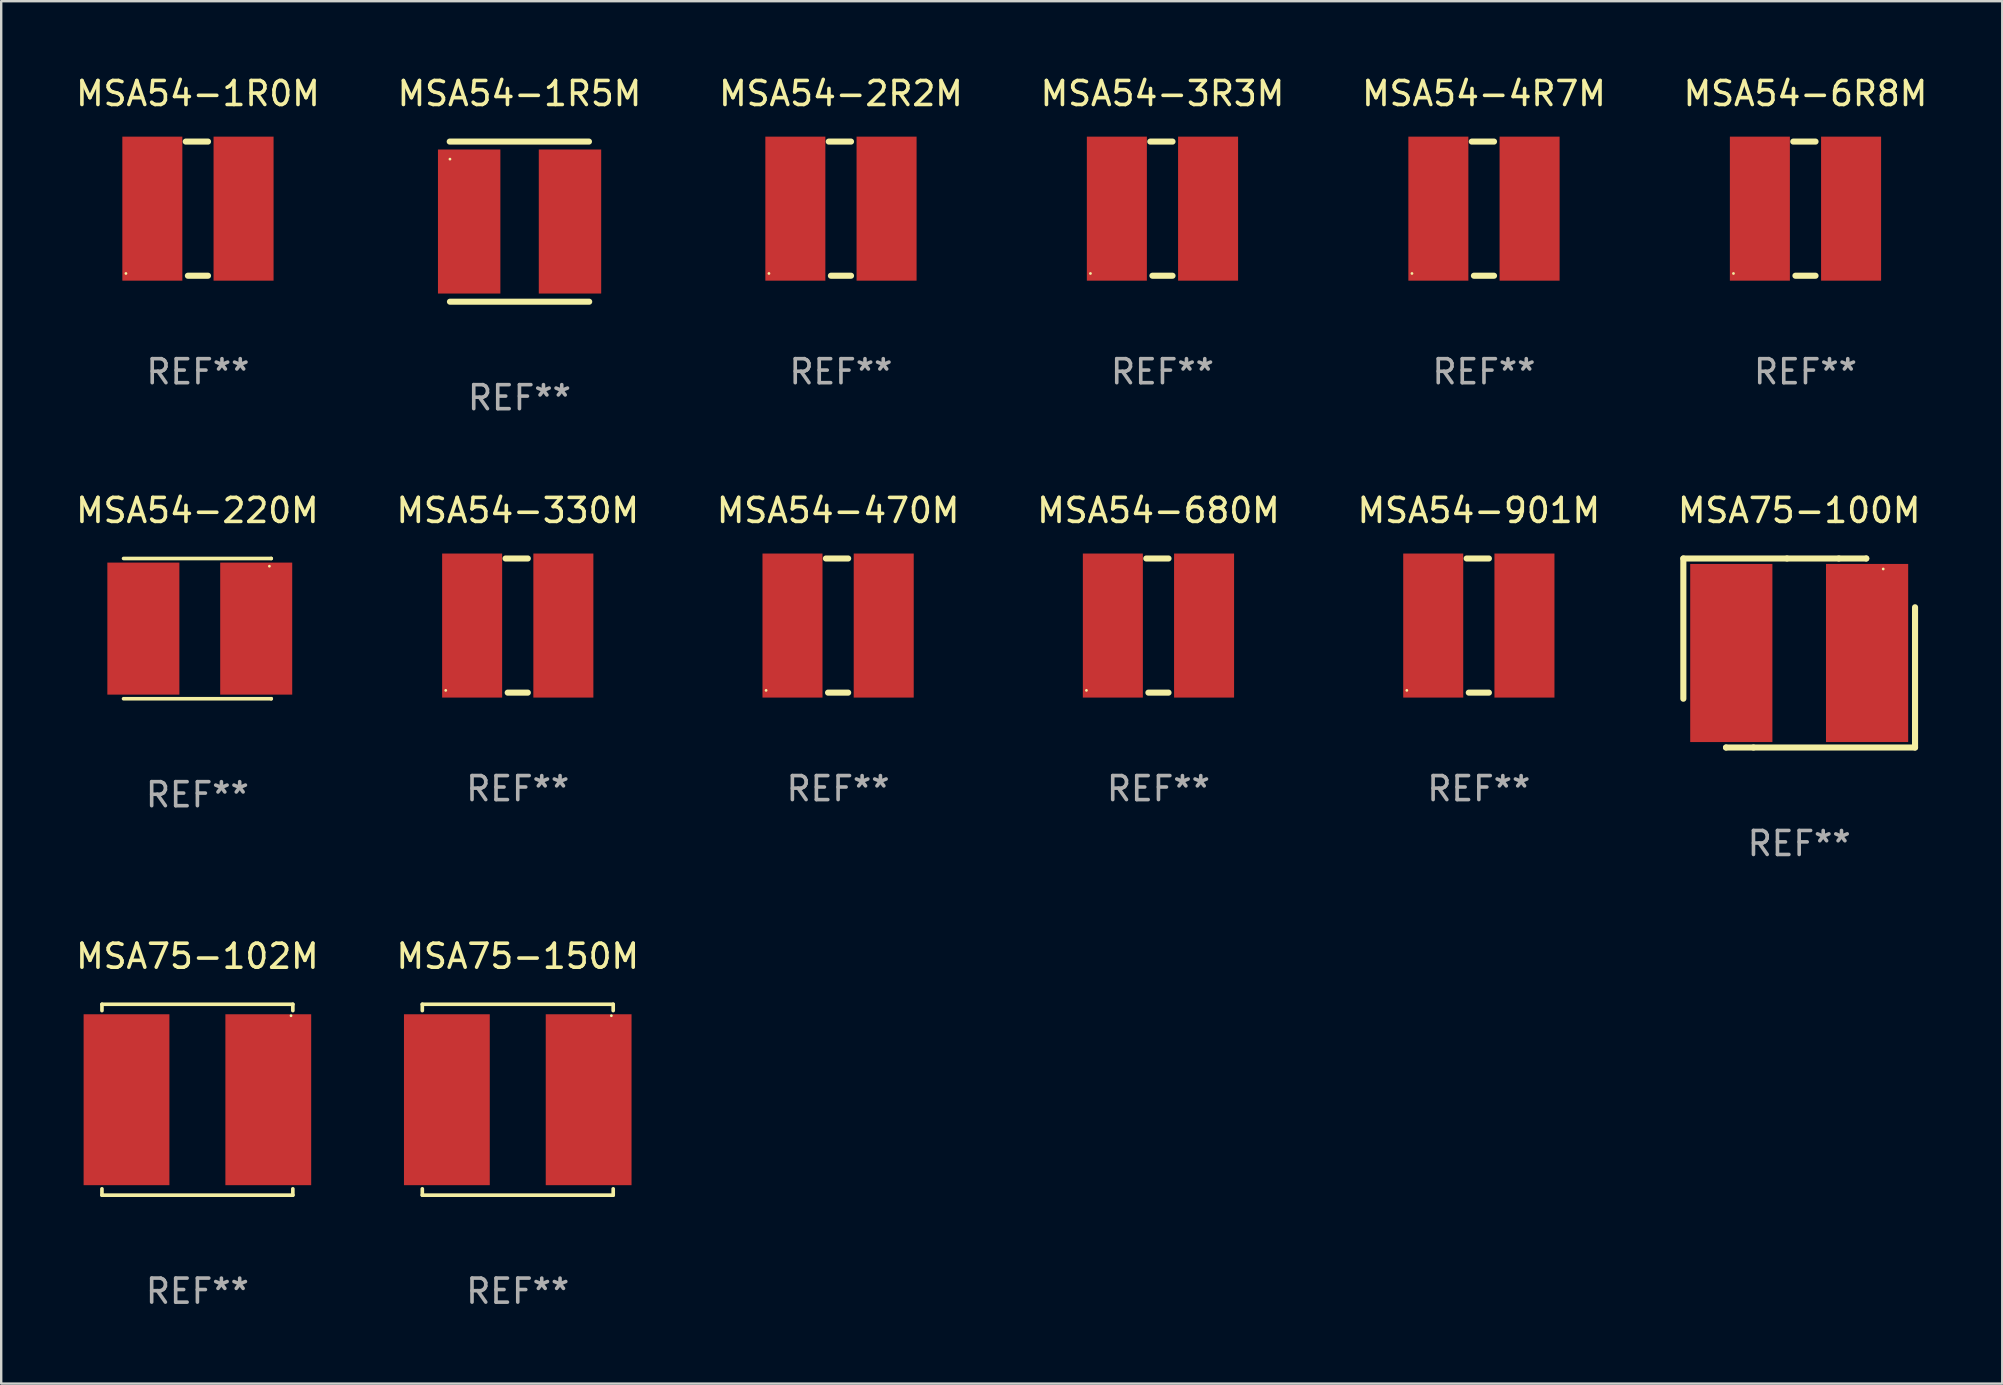
<source format=kicad_pcb>
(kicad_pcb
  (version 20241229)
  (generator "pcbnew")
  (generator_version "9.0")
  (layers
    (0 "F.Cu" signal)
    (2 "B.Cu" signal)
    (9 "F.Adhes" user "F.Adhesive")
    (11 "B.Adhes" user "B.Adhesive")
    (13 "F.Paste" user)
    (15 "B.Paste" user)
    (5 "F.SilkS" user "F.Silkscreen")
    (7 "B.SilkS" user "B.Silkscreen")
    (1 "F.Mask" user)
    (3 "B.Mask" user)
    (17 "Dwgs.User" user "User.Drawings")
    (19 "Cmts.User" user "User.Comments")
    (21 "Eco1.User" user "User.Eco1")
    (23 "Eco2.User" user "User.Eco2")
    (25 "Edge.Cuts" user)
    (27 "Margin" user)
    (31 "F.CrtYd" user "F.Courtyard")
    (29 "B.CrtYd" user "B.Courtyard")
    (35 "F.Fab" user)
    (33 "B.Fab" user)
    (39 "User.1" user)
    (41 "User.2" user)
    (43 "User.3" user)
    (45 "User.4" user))
  (footprint "MSA54-3R3M"
    (layer "F.Cu")
    (at 45.375 5.642)
    (property "Reference" "MSA54-3R3M" (at 0 -4.794 0) (layer "F.SilkS") (effects (font (size 1 1) (thickness 0.15))))
    (attr through_hole)
    (fp_line (start -0.508 -2.794) (end 0.419 -2.794) (stroke (width 0.254) (type solid)) (layer "F.SilkS"))
    (fp_line (start -0.419 2.794) (end 0.419 2.794) (stroke (width 0.254) (type solid)) (layer "F.SilkS"))
    (fp_circle (center -3 2.7) (end -2.97 2.7) (stroke (width 0.06) (type solid)) (fill no) (layer "F.SilkS"))
    (fp_text user "REF**" (at 0 6.794 0) (layer "F.Fab") (effects (font (size 1 1) (thickness 0.15))))
    (pad "1" smd rect (at -1.9 0) (size 2.5 6) (layers "F.Cu" "F.Mask" "F.Paste"))
    (pad "2" smd rect (at 1.9 0) (size 2.5 6) (layers "F.Cu" "F.Mask" "F.Paste")))
  (footprint "MSA54-1R5M"
    (layer "F.Cu")
    (at 18.589 6.183)
    (property "Reference" "MSA54-1R5M" (at 0 -5.335 0) (layer "F.SilkS") (effects (font (size 1 1) (thickness 0.15))))
    (attr through_hole)
    (fp_line (start -2.905 -3.335) (end 2.895 -3.335) (stroke (width 0.254) (type solid)) (layer "F.SilkS"))
    (fp_line (start 2.905 3.335) (end -2.895 3.335) (stroke (width 0.254) (type solid)) (layer "F.SilkS"))
    (fp_circle (center -2.895 -2.605) (end -2.865 -2.605) (stroke (width 0.06) (type solid)) (fill no) (layer "F.SilkS"))
    (fp_text user "REF**" (at 0 7.335 0) (layer "F.Fab") (effects (font (size 1 1) (thickness 0.15))))
    (pad "1" smd rect (at -2.095 -0.005 90) (size 6 2.6) (layers "F.Cu" "F.Mask" "F.Paste"))
    (pad "2" smd rect (at 2.105 -0.005 90) (size 6 2.6) (layers "F.Cu" "F.Mask" "F.Paste")))
  (footprint "MSA75-150M"
    (layer "F.Cu")
    (at 18.518 42.761)
    (property "Reference" "MSA75-150M" (at 0 -5.976 0) (layer "F.SilkS") (effects (font (size 1 1) (thickness 0.15))))
    (attr through_hole)
    (fp_line (start -3.976 -3.976) (end 3.976 -3.976) (stroke (width 0.152) (type solid)) (layer "F.SilkS"))
    (fp_line (start -3.976 -3.712) (end -3.976 -3.976) (stroke (width 0.152) (type solid)) (layer "F.SilkS"))
    (fp_line (start -3.976 3.712) (end -3.976 3.976) (stroke (width 0.152) (type solid)) (layer "F.SilkS"))
    (fp_line (start -3.976 3.976) (end 3.976 3.976) (stroke (width 0.152) (type solid)) (layer "F.SilkS"))
    (fp_line (start 3.976 -3.976) (end 3.976 -3.712) (stroke (width 0.152) (type solid)) (layer "F.SilkS"))
    (fp_line (start 3.976 3.976) (end 3.976 3.712) (stroke (width 0.152) (type solid)) (layer "F.SilkS"))
    (fp_circle (center 3.9 -3.5) (end 3.93 -3.5) (stroke (width 0.06) (type solid)) (fill no) (layer "F.SilkS"))
    (fp_text user "REF**" (at 0 7.976 0) (layer "F.Fab") (effects (font (size 1 1) (thickness 0.15))))
    (pad "1" smd rect (at 2.953 0) (size 3.574 7.12) (layers "F.Cu" "F.Mask" "F.Paste"))
    (pad "2" smd rect (at -2.953 0) (size 3.574 7.12) (layers "F.Cu" "F.Mask" "F.Paste")))
  (footprint "MSA75-102M"
    (layer "F.Cu")
    (at 5.173 42.761)
    (property "Reference" "MSA75-102M" (at 0 -5.976 0) (layer "F.SilkS") (effects (font (size 1 1) (thickness 0.15))))
    (attr through_hole)
    (fp_line (start -3.976 -3.976) (end 3.976 -3.976) (stroke (width 0.152) (type solid)) (layer "F.SilkS"))
    (fp_line (start -3.976 -3.712) (end -3.976 -3.976) (stroke (width 0.152) (type solid)) (layer "F.SilkS"))
    (fp_line (start -3.976 3.712) (end -3.976 3.976) (stroke (width 0.152) (type solid)) (layer "F.SilkS"))
    (fp_line (start -3.976 3.976) (end 3.976 3.976) (stroke (width 0.152) (type solid)) (layer "F.SilkS"))
    (fp_line (start 3.976 -3.976) (end 3.976 -3.712) (stroke (width 0.152) (type solid)) (layer "F.SilkS"))
    (fp_line (start 3.976 3.976) (end 3.976 3.712) (stroke (width 0.152) (type solid)) (layer "F.SilkS"))
    (fp_circle (center 3.9 -3.5) (end 3.93 -3.5) (stroke (width 0.06) (type solid)) (fill no) (layer "F.SilkS"))
    (fp_text user "REF**" (at 0 7.976 0) (layer "F.Fab") (effects (font (size 1 1) (thickness 0.15))))
    (pad "1" smd rect (at 2.953 0) (size 3.574 7.12) (layers "F.Cu" "F.Mask" "F.Paste"))
    (pad "2" smd rect (at -2.953 0) (size 3.574 7.12) (layers "F.Cu" "F.Mask" "F.Paste")))
  (footprint "MSA54-6R8M"
    (layer "F.Cu")
    (at 72.161 5.642)
    (property "Reference" "MSA54-6R8M" (at 0 -4.794 0) (layer "F.SilkS") (effects (font (size 1 1) (thickness 0.15))))
    (attr through_hole)
    (fp_line (start -0.508 -2.794) (end 0.419 -2.794) (stroke (width 0.254) (type solid)) (layer "F.SilkS"))
    (fp_line (start -0.419 2.794) (end 0.419 2.794) (stroke (width 0.254) (type solid)) (layer "F.SilkS"))
    (fp_circle (center -3 2.7) (end -2.97 2.7) (stroke (width 0.06) (type solid)) (fill no) (layer "F.SilkS"))
    (fp_text user "REF**" (at 0 6.794 0) (layer "F.Fab") (effects (font (size 1 1) (thickness 0.15))))
    (pad "1" smd rect (at -1.9 0) (size 2.5 6) (layers "F.Cu" "F.Mask" "F.Paste"))
    (pad "2" smd rect (at 1.9 0) (size 2.5 6) (layers "F.Cu" "F.Mask" "F.Paste")))
  (footprint "MSA54-1R0M"
    (layer "F.Cu")
    (at 5.196 5.642)
    (property "Reference" "MSA54-1R0M" (at 0 -4.794 0) (layer "F.SilkS") (effects (font (size 1 1) (thickness 0.15))))
    (attr through_hole)
    (fp_line (start -0.508 -2.794) (end 0.419 -2.794) (stroke (width 0.254) (type solid)) (layer "F.SilkS"))
    (fp_line (start -0.419 2.794) (end 0.419 2.794) (stroke (width 0.254) (type solid)) (layer "F.SilkS"))
    (fp_circle (center -3 2.7) (end -2.97 2.7) (stroke (width 0.06) (type solid)) (fill no) (layer "F.SilkS"))
    (fp_text user "REF**" (at 0 6.794 0) (layer "F.Fab") (effects (font (size 1 1) (thickness 0.15))))
    (pad "1" smd rect (at -1.9 0) (size 2.5 6) (layers "F.Cu" "F.Mask" "F.Paste"))
    (pad "2" smd rect (at 1.9 0) (size 2.5 6) (layers "F.Cu" "F.Mask" "F.Paste")))
  (footprint "MSA54-680M"
    (layer "F.Cu")
    (at 45.208 23.009)
    (property "Reference" "MSA54-680M" (at 0 -4.794 0) (layer "F.SilkS") (effects (font (size 1 1) (thickness 0.15))))
    (attr through_hole)
    (fp_line (start -0.508 -2.794) (end 0.419 -2.794) (stroke (width 0.254) (type solid)) (layer "F.SilkS"))
    (fp_line (start -0.419 2.794) (end 0.419 2.794) (stroke (width 0.254) (type solid)) (layer "F.SilkS"))
    (fp_circle (center -3 2.7) (end -2.97 2.7) (stroke (width 0.06) (type solid)) (fill no) (layer "F.SilkS"))
    (fp_text user "REF**" (at 0 6.794 0) (layer "F.Fab") (effects (font (size 1 1) (thickness 0.15))))
    (pad "1" smd rect (at -1.9 0) (size 2.5 6) (layers "F.Cu" "F.Mask" "F.Paste"))
    (pad "2" smd rect (at 1.9 0) (size 2.5 6) (layers "F.Cu" "F.Mask" "F.Paste")))
  (footprint "MSA54-470M"
    (layer "F.Cu")
    (at 31.863 23.009)
    (property "Reference" "MSA54-470M" (at 0 -4.794 0) (layer "F.SilkS") (effects (font (size 1 1) (thickness 0.15))))
    (attr through_hole)
    (fp_line (start -0.508 -2.794) (end 0.419 -2.794) (stroke (width 0.254) (type solid)) (layer "F.SilkS"))
    (fp_line (start -0.419 2.794) (end 0.419 2.794) (stroke (width 0.254) (type solid)) (layer "F.SilkS"))
    (fp_circle (center -3 2.7) (end -2.97 2.7) (stroke (width 0.06) (type solid)) (fill no) (layer "F.SilkS"))
    (fp_text user "REF**" (at 0 6.794 0) (layer "F.Fab") (effects (font (size 1 1) (thickness 0.15))))
    (pad "1" smd rect (at -1.9 0) (size 2.5 6) (layers "F.Cu" "F.Mask" "F.Paste"))
    (pad "2" smd rect (at 1.9 0) (size 2.5 6) (layers "F.Cu" "F.Mask" "F.Paste")))
  (footprint "MSA54-2R2M"
    (layer "F.Cu")
    (at 31.982 5.642)
    (property "Reference" "MSA54-2R2M" (at 0 -4.794 0) (layer "F.SilkS") (effects (font (size 1 1) (thickness 0.15))))
    (attr through_hole)
    (fp_line (start -0.508 -2.794) (end 0.419 -2.794) (stroke (width 0.254) (type solid)) (layer "F.SilkS"))
    (fp_line (start -0.419 2.794) (end 0.419 2.794) (stroke (width 0.254) (type solid)) (layer "F.SilkS"))
    (fp_circle (center -3 2.7) (end -2.97 2.7) (stroke (width 0.06) (type solid)) (fill no) (layer "F.SilkS"))
    (fp_text user "REF**" (at 0 6.794 0) (layer "F.Fab") (effects (font (size 1 1) (thickness 0.15))))
    (pad "1" smd rect (at -1.9 0) (size 2.5 6) (layers "F.Cu" "F.Mask" "F.Paste"))
    (pad "2" smd rect (at 1.9 0) (size 2.5 6) (layers "F.Cu" "F.Mask" "F.Paste")))
  (footprint "MSA54-220M"
    (layer "F.Cu")
    (at 5.173 23.136)
    (property "Reference" "MSA54-220M" (at 0 -4.921 0) (layer "F.SilkS") (effects (font (size 1 1) (thickness 0.15))))
    (attr through_hole)
    (fp_line (start -3.076 2.921) (end 3.076 2.921) (stroke (width 0.152) (type solid)) (layer "F.SilkS"))
    (fp_line (start -3.076 -2.921) (end 3.076 -2.921) (stroke (width 0.152) (type solid)) (layer "F.SilkS"))
    (fp_line (start 3.076 2.921) (end 3.076 2.921) (stroke (width 0.152) (type solid)) (layer "F.SilkS"))
    (fp_line (start 3.076 -2.921) (end 3.076 -2.921) (stroke (width 0.152) (type solid)) (layer "F.SilkS"))
    (fp_circle (center 2.999 -2.6) (end 3.029 -2.6) (stroke (width 0.06) (type solid)) (fill no) (layer "F.SilkS"))
    (fp_text user "REF**" (at 0 6.921 0) (layer "F.Fab") (effects (font (size 1 1) (thickness 0.15))))
    (pad "1" smd rect (at 2.45 -0.000013) (size 3 5.5) (layers "F.Cu" "F.Mask" "F.Paste"))
    (pad "2" smd rect (at -2.251 -0.000013) (size 3 5.5) (layers "F.Cu" "F.Mask" "F.Paste")))
  (footprint "MSA54-4R7M"
    (layer "F.Cu")
    (at 58.768 5.642)
    (property "Reference" "MSA54-4R7M" (at 0 -4.794 0) (layer "F.SilkS") (effects (font (size 1 1) (thickness 0.15))))
    (attr through_hole)
    (fp_line (start -0.508 -2.794) (end 0.419 -2.794) (stroke (width 0.254) (type solid)) (layer "F.SilkS"))
    (fp_line (start -0.419 2.794) (end 0.419 2.794) (stroke (width 0.254) (type solid)) (layer "F.SilkS"))
    (fp_circle (center -3 2.7) (end -2.97 2.7) (stroke (width 0.06) (type solid)) (fill no) (layer "F.SilkS"))
    (fp_text user "REF**" (at 0 6.794 0) (layer "F.Fab") (effects (font (size 1 1) (thickness 0.15))))
    (pad "1" smd rect (at -1.9 0) (size 2.5 6) (layers "F.Cu" "F.Mask" "F.Paste"))
    (pad "2" smd rect (at 1.9 0) (size 2.5 6) (layers "F.Cu" "F.Mask" "F.Paste")))
  (footprint "MSA54-901M"
    (layer "F.Cu")
    (at 58.554 23.009)
    (property "Reference" "MSA54-901M" (at 0 -4.794 0) (layer "F.SilkS") (effects (font (size 1 1) (thickness 0.15))))
    (attr through_hole)
    (fp_line (start -0.508 -2.794) (end 0.419 -2.794) (stroke (width 0.254) (type solid)) (layer "F.SilkS"))
    (fp_line (start -0.419 2.794) (end 0.419 2.794) (stroke (width 0.254) (type solid)) (layer "F.SilkS"))
    (fp_circle (center -3 2.7) (end -2.97 2.7) (stroke (width 0.06) (type solid)) (fill no) (layer "F.SilkS"))
    (fp_text user "REF**" (at 0 6.794 0) (layer "F.Fab") (effects (font (size 1 1) (thickness 0.15))))
    (pad "1" smd rect (at -1.9 0) (size 2.5 6) (layers "F.Cu" "F.Mask" "F.Paste"))
    (pad "2" smd rect (at 1.9 0) (size 2.5 6) (layers "F.Cu" "F.Mask" "F.Paste")))
  (footprint "MSA75-100M"
    (layer "F.Cu")
    (at 71.899 24.152)
    (property "Reference" "MSA75-100M" (at 0 -5.937 0) (layer "F.SilkS") (effects (font (size 1 1) (thickness 0.15))))
    (attr through_hole)
    (fp_line (start -4.826 -3.937) (end -0.508 -3.937) (stroke (width 0.254) (type solid)) (layer "F.SilkS"))
    (fp_line (start -4.826 1.905) (end -4.826 -3.937) (stroke (width 0.254) (type solid)) (layer "F.SilkS"))
    (fp_line (start -3.048 3.937) (end -3.048 3.937) (stroke (width 0.254) (type solid)) (layer "F.SilkS"))
    (fp_line (start -1.905 3.937) (end -3.048 3.937) (stroke (width 0.254) (type solid)) (layer "F.SilkS"))
    (fp_line (start -0.508 -3.937) (end 1.651 -3.937) (stroke (width 0.254) (type solid)) (layer "F.SilkS"))
    (fp_line (start 1.651 -3.937) (end 2.794 -3.937) (stroke (width 0.254) (type solid)) (layer "F.SilkS"))
    (fp_line (start 2.794 -3.937) (end 2.794 -3.937) (stroke (width 0.254) (type solid)) (layer "F.SilkS"))
    (fp_line (start 4.826 -1.905) (end 4.826 3.937) (stroke (width 0.254) (type solid)) (layer "F.SilkS"))
    (fp_line (start 4.826 3.937) (end -1.905 3.937) (stroke (width 0.254) (type solid)) (layer "F.SilkS"))
    (fp_circle (center 3.5 -3.5) (end 3.53 -3.5) (stroke (width 0.06) (type solid)) (fill no) (layer "F.SilkS"))
    (fp_text user "REF**" (at 0 7.937 0) (layer "F.Fab") (effects (font (size 1 1) (thickness 0.15))))
    (pad "1" smd rect (at 2.828 0) (size 3.424 7.42) (layers "F.Cu" "F.Mask" "F.Paste"))
    (pad "2" smd rect (at -2.828 0) (size 3.424 7.42) (layers "F.Cu" "F.Mask" "F.Paste")))
  (footprint "MSA54-330M"
    (layer "F.Cu")
    (at 18.518 23.009)
    (property "Reference" "MSA54-330M" (at 0 -4.794 0) (layer "F.SilkS") (effects (font (size 1 1) (thickness 0.15))))
    (attr through_hole)
    (fp_line (start -0.508 -2.794) (end 0.419 -2.794) (stroke (width 0.254) (type solid)) (layer "F.SilkS"))
    (fp_line (start -0.419 2.794) (end 0.419 2.794) (stroke (width 0.254) (type solid)) (layer "F.SilkS"))
    (fp_circle (center -3 2.7) (end -2.97 2.7) (stroke (width 0.06) (type solid)) (fill no) (layer "F.SilkS"))
    (fp_text user "REF**" (at 0 6.794 0) (layer "F.Fab") (effects (font (size 1 1) (thickness 0.15))))
    (pad "1" smd rect (at -1.9 0) (size 2.5 6) (layers "F.Cu" "F.Mask" "F.Paste"))
    (pad "2" smd rect (at 1.9 0) (size 2.5 6) (layers "F.Cu" "F.Mask" "F.Paste")))
  (gr_rect
    (start -3 -3)
    (end 80.357 54.586)
    (stroke (width 0.1) (type default))
    (fill no)
    (layer "Edge.Cuts")))
</source>
